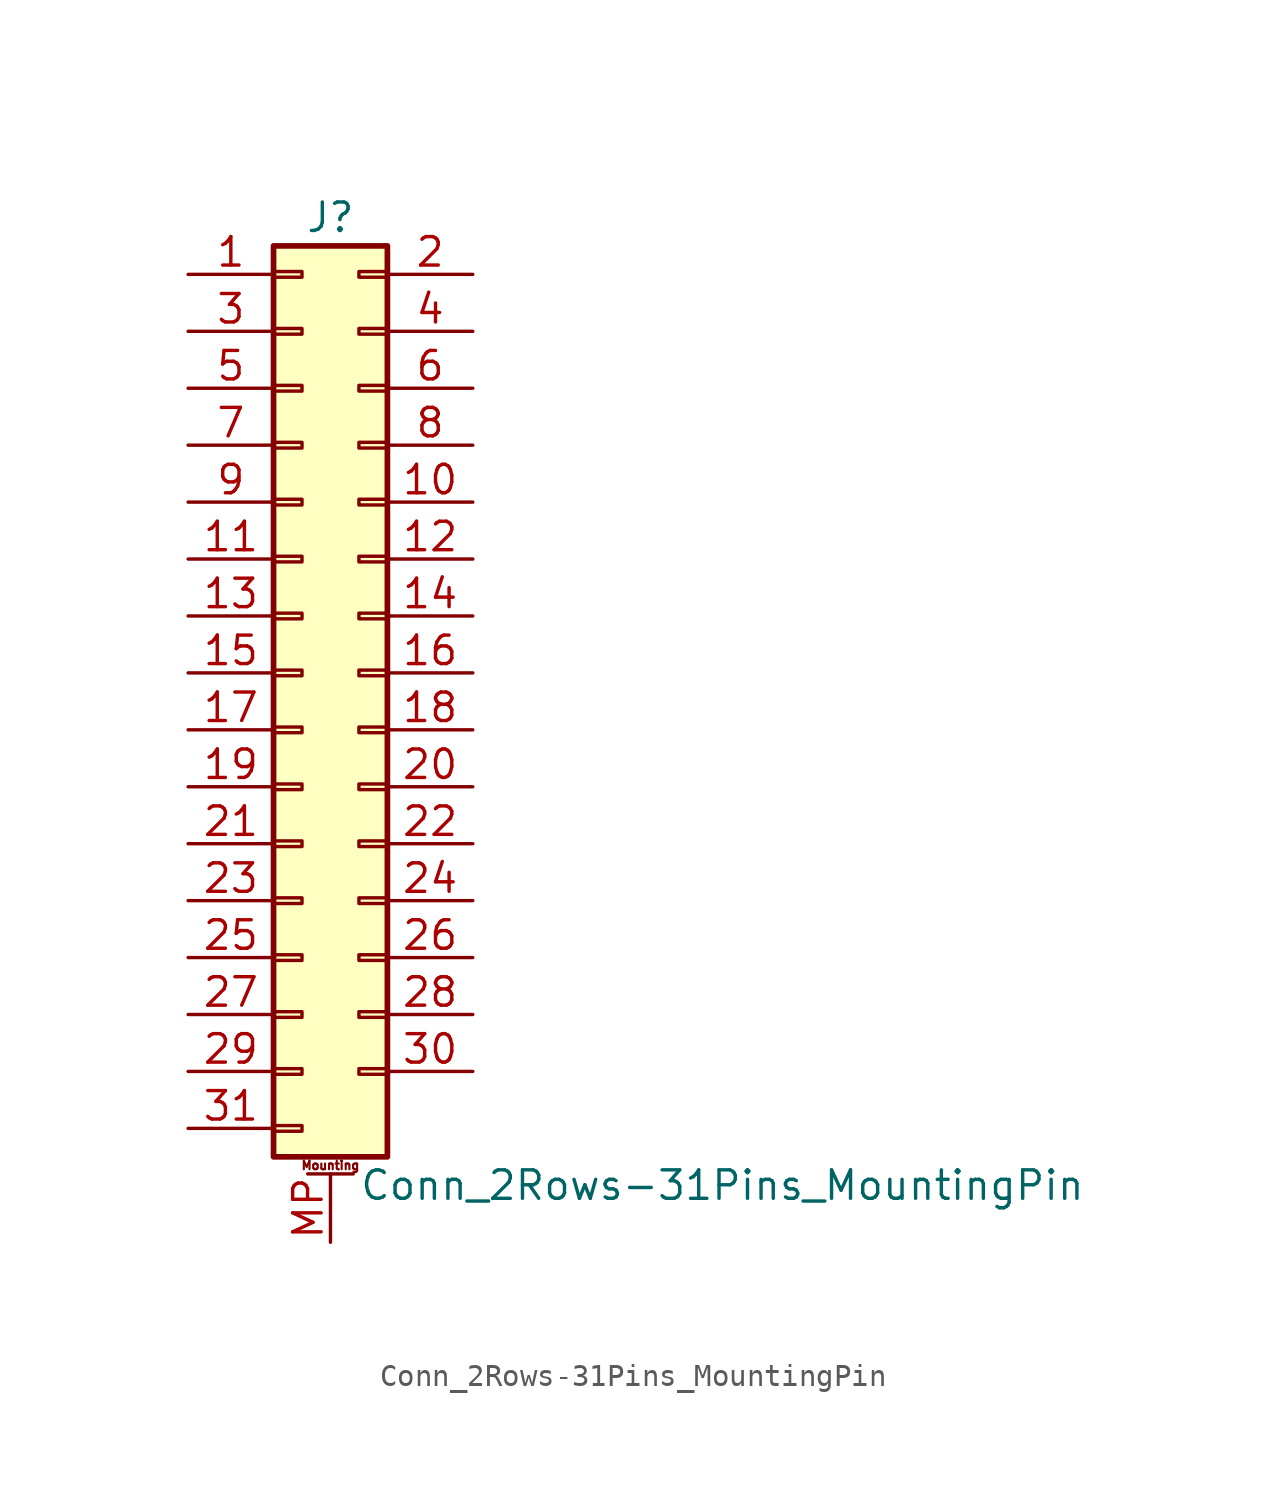
<source format=kicad_sym>
(kicad_symbol_lib
  (version 20200908)
  (generator kicad_symbol_editor)
  (symbol "Connector_Generic_MountingPin:Conn_2Rows-31Pins_MountingPin"
    (pin_names
      (offset 1.016) hide)
    (property "Reference" "J"
      (at 1.27 20.32 0)
      (effects (font (size 1.27 1.27))))
    (property "Value" "Conn_2Rows-31Pins_MountingPin"
      (at 2.54 -22.86 0)
      (effects (font (size 1.27 1.27)) (justify left)))
    (symbol "Conn_2Rows-31Pins_MountingPin_1_1"
      (text "Mounting" (at 1.27 -21.971 0) (effects (font (size 0.381 0.381))))
      (rectangle (start -1.27 -4.953) (end 0 -5.207) (stroke (width 0.152)) (fill (type none)))
      (rectangle (start -1.27 -7.493) (end 0 -7.747) (stroke (width 0.152)) (fill (type none)))
      (rectangle (start -1.27 -10.033) (end 0 -10.287) (stroke (width 0.152)) (fill (type none)))
      (rectangle (start -1.27 -12.573) (end 0 -12.827) (stroke (width 0.152)) (fill (type none)))
      (rectangle (start -1.27 -15.113) (end 0 -15.367) (stroke (width 0.152)) (fill (type none)))
      (rectangle (start -1.27 -17.653) (end 0 -17.907) (stroke (width 0.152)) (fill (type none)))
      (rectangle (start -1.27 -20.193) (end 0 -20.447) (stroke (width 0.152)) (fill (type none)))
      (rectangle (start -1.27 -2.413) (end 0 -2.667) (stroke (width 0.152)) (fill (type none)))
      (rectangle (start -1.27 2.667) (end 0 2.413) (stroke (width 0.152)) (fill (type none)))
      (rectangle (start -1.27 5.207) (end 0 4.953) (stroke (width 0.152)) (fill (type none)))
      (rectangle (start -1.27 7.747) (end 0 7.493) (stroke (width 0.152)) (fill (type none)))
      (rectangle (start -1.27 10.287) (end 0 10.033) (stroke (width 0.152)) (fill (type none)))
      (rectangle (start -1.27 0.127) (end 0 -0.127) (stroke (width 0.152)) (fill (type none)))
      (rectangle (start -1.27 12.827) (end 0 12.573) (stroke (width 0.152)) (fill (type none)))
      (rectangle (start -1.27 15.367) (end 0 15.113) (stroke (width 0.152)) (fill (type none)))
      (rectangle (start -1.27 17.907) (end 0 17.653) (stroke (width 0.152)) (fill (type none)))
      (rectangle (start -1.27 19.05) (end 3.81 -21.59) (stroke (width 0.254)) (fill (type background)))
      (rectangle (start 3.81 -4.953) (end 2.54 -5.207) (stroke (width 0.152)) (fill (type none)))
      (rectangle (start 3.81 -7.493) (end 2.54 -7.747) (stroke (width 0.152)) (fill (type none)))
      (rectangle (start 3.81 -10.033) (end 2.54 -10.287) (stroke (width 0.152)) (fill (type none)))
      (rectangle (start 3.81 -12.573) (end 2.54 -12.827) (stroke (width 0.152)) (fill (type none)))
      (rectangle (start 3.81 -15.113) (end 2.54 -15.367) (stroke (width 0.152)) (fill (type none)))
      (rectangle (start 3.81 -17.653) (end 2.54 -17.907) (stroke (width 0.152)) (fill (type none)))
      (rectangle (start 3.81 -2.413) (end 2.54 -2.667) (stroke (width 0.152)) (fill (type none)))
      (rectangle (start 3.81 2.667) (end 2.54 2.413) (stroke (width 0.152)) (fill (type none)))
      (rectangle (start 3.81 5.207) (end 2.54 4.953) (stroke (width 0.152)) (fill (type none)))
      (rectangle (start 3.81 7.747) (end 2.54 7.493) (stroke (width 0.152)) (fill (type none)))
      (rectangle (start 3.81 10.287) (end 2.54 10.033) (stroke (width 0.152)) (fill (type none)))
      (rectangle (start 3.81 0.127) (end 2.54 -0.127) (stroke (width 0.152)) (fill (type none)))
      (rectangle (start 3.81 12.827) (end 2.54 12.573) (stroke (width 0.152)) (fill (type none)))
      (rectangle (start 3.81 15.367) (end 2.54 15.113) (stroke (width 0.152)) (fill (type none)))
      (rectangle (start 3.81 17.907) (end 2.54 17.653) (stroke (width 0.152)) (fill (type none)))
      (polyline (pts (xy 0.254 -22.352) (xy 2.286 -22.352)) (stroke (width 0.152)) (fill (type none)))
      (pin passive line (at 1.27 -25.4 90) (length 3.048) (name "MountPin" (effects (font (size 1.27 1.27)))) (number "MP" (effects (font (size 1.27 1.27)))))
      (pin passive line (at -5.08 17.78 0) (length 3.81) (name "Pin_1" (effects (font (size 1.27 1.27)))) (number "1" (effects (font (size 1.27 1.27)))))
      (pin passive line (at 7.62 7.62 180) (length 3.81) (name "Pin_10" (effects (font (size 1.27 1.27)))) (number "10" (effects (font (size 1.27 1.27)))))
      (pin passive line (at -5.08 5.08 0) (length 3.81) (name "Pin_11" (effects (font (size 1.27 1.27)))) (number "11" (effects (font (size 1.27 1.27)))))
      (pin passive line (at 7.62 5.08 180) (length 3.81) (name "Pin_12" (effects (font (size 1.27 1.27)))) (number "12" (effects (font (size 1.27 1.27)))))
      (pin passive line (at -5.08 2.54 0) (length 3.81) (name "Pin_13" (effects (font (size 1.27 1.27)))) (number "13" (effects (font (size 1.27 1.27)))))
      (pin passive line (at 7.62 2.54 180) (length 3.81) (name "Pin_14" (effects (font (size 1.27 1.27)))) (number "14" (effects (font (size 1.27 1.27)))))
      (pin passive line (at -5.08 0 0) (length 3.81) (name "Pin_15" (effects (font (size 1.27 1.27)))) (number "15" (effects (font (size 1.27 1.27)))))
      (pin passive line (at 7.62 0 180) (length 3.81) (name "Pin_16" (effects (font (size 1.27 1.27)))) (number "16" (effects (font (size 1.27 1.27)))))
      (pin passive line (at -5.08 -2.54 0) (length 3.81) (name "Pin_17" (effects (font (size 1.27 1.27)))) (number "17" (effects (font (size 1.27 1.27)))))
      (pin passive line (at 7.62 -2.54 180) (length 3.81) (name "Pin_18" (effects (font (size 1.27 1.27)))) (number "18" (effects (font (size 1.27 1.27)))))
      (pin passive line (at -5.08 -5.08 0) (length 3.81) (name "Pin_19" (effects (font (size 1.27 1.27)))) (number "19" (effects (font (size 1.27 1.27)))))
      (pin passive line (at 7.62 17.78 180) (length 3.81) (name "Pin_2" (effects (font (size 1.27 1.27)))) (number "2" (effects (font (size 1.27 1.27)))))
      (pin passive line (at 7.62 -5.08 180) (length 3.81) (name "Pin_20" (effects (font (size 1.27 1.27)))) (number "20" (effects (font (size 1.27 1.27)))))
      (pin passive line (at -5.08 -7.62 0) (length 3.81) (name "Pin_21" (effects (font (size 1.27 1.27)))) (number "21" (effects (font (size 1.27 1.27)))))
      (pin passive line (at 7.62 -7.62 180) (length 3.81) (name "Pin_22" (effects (font (size 1.27 1.27)))) (number "22" (effects (font (size 1.27 1.27)))))
      (pin passive line (at -5.08 -10.16 0) (length 3.81) (name "Pin_23" (effects (font (size 1.27 1.27)))) (number "23" (effects (font (size 1.27 1.27)))))
      (pin passive line (at 7.62 -10.16 180) (length 3.81) (name "Pin_24" (effects (font (size 1.27 1.27)))) (number "24" (effects (font (size 1.27 1.27)))))
      (pin passive line (at -5.08 -12.7 0) (length 3.81) (name "Pin_25" (effects (font (size 1.27 1.27)))) (number "25" (effects (font (size 1.27 1.27)))))
      (pin passive line (at 7.62 -12.7 180) (length 3.81) (name "Pin_26" (effects (font (size 1.27 1.27)))) (number "26" (effects (font (size 1.27 1.27)))))
      (pin passive line (at -5.08 -15.24 0) (length 3.81) (name "Pin_27" (effects (font (size 1.27 1.27)))) (number "27" (effects (font (size 1.27 1.27)))))
      (pin passive line (at 7.62 -15.24 180) (length 3.81) (name "Pin_28" (effects (font (size 1.27 1.27)))) (number "28" (effects (font (size 1.27 1.27)))))
      (pin passive line (at -5.08 -17.78 0) (length 3.81) (name "Pin_29" (effects (font (size 1.27 1.27)))) (number "29" (effects (font (size 1.27 1.27)))))
      (pin passive line (at -5.08 15.24 0) (length 3.81) (name "Pin_3" (effects (font (size 1.27 1.27)))) (number "3" (effects (font (size 1.27 1.27)))))
      (pin passive line (at 7.62 -17.78 180) (length 3.81) (name "Pin_30" (effects (font (size 1.27 1.27)))) (number "30" (effects (font (size 1.27 1.27)))))
      (pin passive line (at -5.08 -20.32 0) (length 3.81) (name "Pin_31" (effects (font (size 1.27 1.27)))) (number "31" (effects (font (size 1.27 1.27)))))
      (pin passive line (at 7.62 15.24 180) (length 3.81) (name "Pin_4" (effects (font (size 1.27 1.27)))) (number "4" (effects (font (size 1.27 1.27)))))
      (pin passive line (at -5.08 12.7 0) (length 3.81) (name "Pin_5" (effects (font (size 1.27 1.27)))) (number "5" (effects (font (size 1.27 1.27)))))
      (pin passive line (at 7.62 12.7 180) (length 3.81) (name "Pin_6" (effects (font (size 1.27 1.27)))) (number "6" (effects (font (size 1.27 1.27)))))
      (pin passive line (at -5.08 10.16 0) (length 3.81) (name "Pin_7" (effects (font (size 1.27 1.27)))) (number "7" (effects (font (size 1.27 1.27)))))
      (pin passive line (at 7.62 10.16 180) (length 3.81) (name "Pin_8" (effects (font (size 1.27 1.27)))) (number "8" (effects (font (size 1.27 1.27)))))
      (pin passive line (at -5.08 7.62 0) (length 3.81) (name "Pin_9" (effects (font (size 1.27 1.27)))) (number "9" (effects (font (size 1.27 1.27))))))))
</source>
